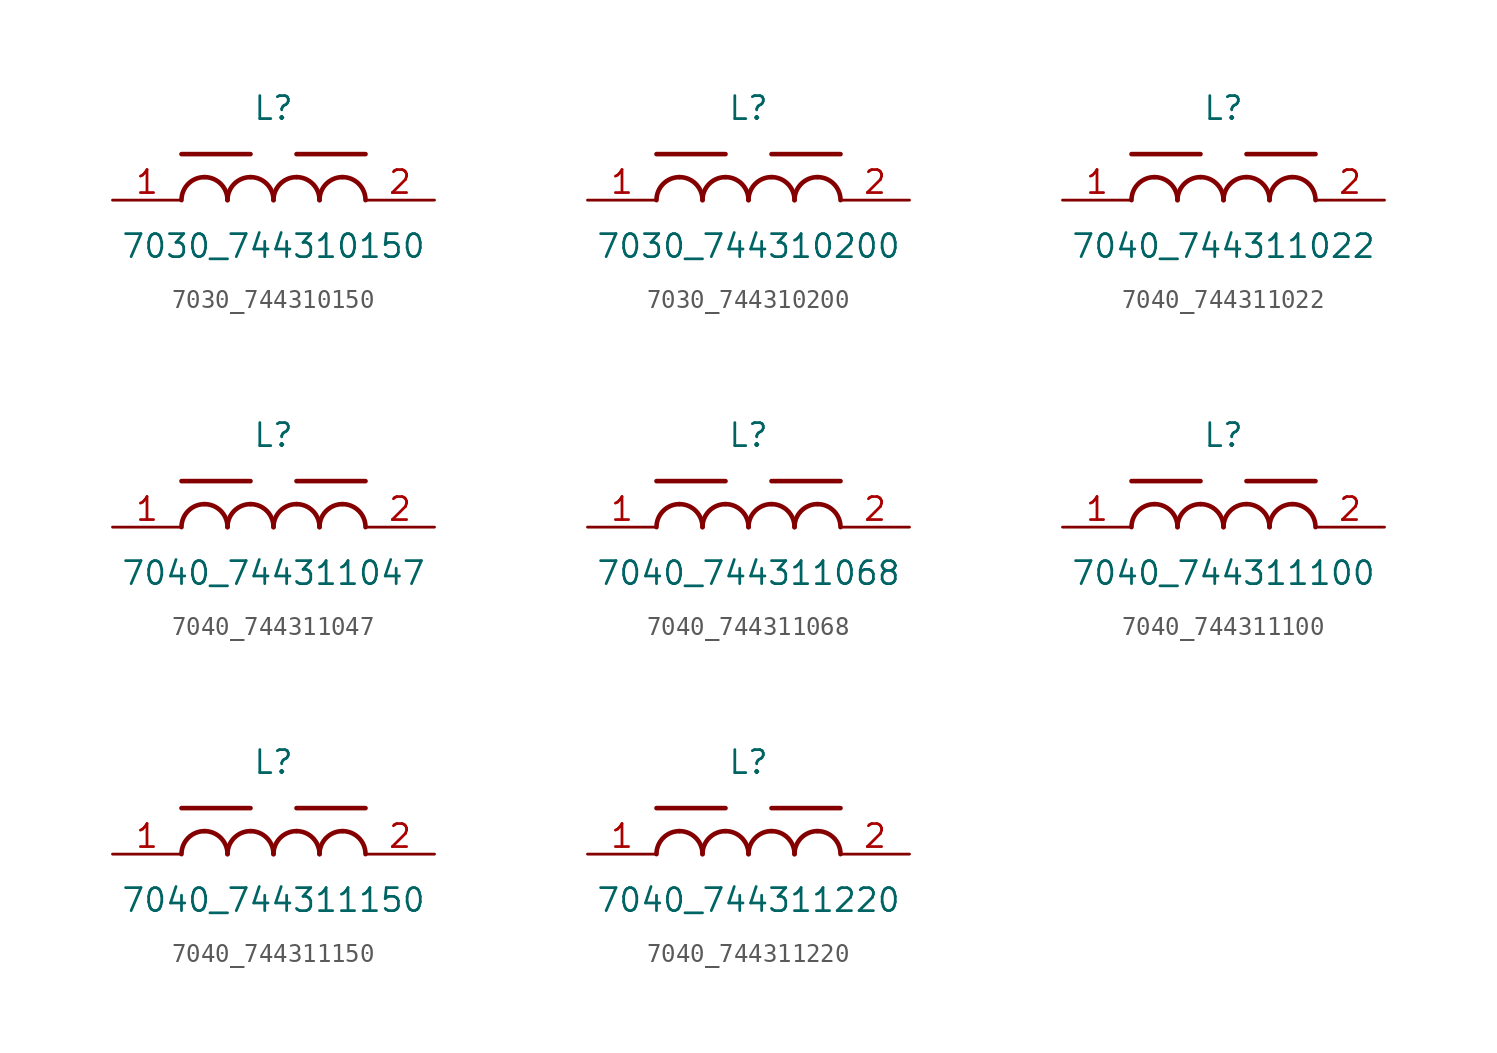
<source format=kicad_sym>
(kicad_symbol_lib
  (version 20211014)
  (generator kicad_symbol_editor)
  (symbol "Inductor_Wurth_WE-HCI:7030_744310150"
    (pin_names hide)
    (property "Reference" "L"
      (at 0 5.08 0)
      (effects (font (size 1.27 1.27))))
    (property "Value" "7030_744310150"
      (at 0 -2.54 0)
      (effects (font (size 1.27 1.27))))
    (symbol "7030_744310150_0_1"
      (arc (start -3.81 1.27) (mid -4.708 0.898) (end -5.08 0) (stroke (width 0.254) (type default) (color 0 0 0 0)) (fill (type none)))
      (arc (start -2.54 0) (mid -2.912 0.898) (end -3.81 1.27) (stroke (width 0.254) (type default) (color 0 0 0 0)) (fill (type none)))
      (arc (start -1.2699 1.2701) (mid -2.1679 0.8981) (end -2.5399 0.0001) (stroke (width 0.254) (type default) (color 0 0 0 0)) (fill (type none)))
      (polyline (pts (xy -5.08 2.54) (xy -1.27 2.54)) (stroke (width 0.254) (type default) (color 0 0 0 0)) (fill (type none)))
      (polyline (pts (xy 5.08 2.54) (xy 1.27 2.54)) (stroke (width 0.254) (type default) (color 0 0 0 0)) (fill (type none)))
      (arc (start 0.0001 0.0001) (mid -0.3719 0.8981) (end -1.2699 1.2701) (stroke (width 0.254) (type default) (color 0 0 0 0)) (fill (type none)))
      (arc (start 1.2701 1.2701) (mid 0.3721 0.8981) (end 0.0001 0.0001) (stroke (width 0.254) (type default) (color 0 0 0 0)) (fill (type none)))
      (arc (start 2.5401 0.0001) (mid 2.1681 0.8981) (end 1.2701 1.2701) (stroke (width 0.254) (type default) (color 0 0 0 0)) (fill (type none)))
      (arc (start 3.8101 1.2701) (mid 2.9121 0.8981) (end 2.5401 0.0001) (stroke (width 0.254) (type default) (color 0 0 0 0)) (fill (type none)))
      (arc (start 5.0801 0.0001) (mid 4.7081 0.8981) (end 3.8101 1.2701) (stroke (width 0.254) (type default) (color 0 0 0 0)) (fill (type none))))
    (symbol "7030_744310150_1_1"
      (pin passive line (at -8.89 0 0) (length 3.81) (name "1" (effects (font (size 1.27 1.27)))) (number "1" (effects (font (size 1.27 1.27)))))
      (pin passive line (at 8.89 0 180) (length 3.81) (name "2" (effects (font (size 1.27 1.27)))) (number "2" (effects (font (size 1.27 1.27)))))))
  (symbol "Inductor_Wurth_WE-HCI:7030_744310200"
    (pin_names hide)
    (property "Reference" "L"
      (at 0 5.08 0)
      (effects (font (size 1.27 1.27))))
    (property "Value" "7030_744310200"
      (at 0 -2.54 0)
      (effects (font (size 1.27 1.27))))
    (symbol "7030_744310200_0_1"
      (arc (start -3.81 1.27) (mid -4.708 0.898) (end -5.08 0) (stroke (width 0.254) (type default) (color 0 0 0 0)) (fill (type none)))
      (arc (start -2.54 0) (mid -2.912 0.898) (end -3.81 1.27) (stroke (width 0.254) (type default) (color 0 0 0 0)) (fill (type none)))
      (arc (start -1.2699 1.2701) (mid -2.1679 0.8981) (end -2.5399 0.0001) (stroke (width 0.254) (type default) (color 0 0 0 0)) (fill (type none)))
      (polyline (pts (xy -5.08 2.54) (xy -1.27 2.54)) (stroke (width 0.254) (type default) (color 0 0 0 0)) (fill (type none)))
      (polyline (pts (xy 5.08 2.54) (xy 1.27 2.54)) (stroke (width 0.254) (type default) (color 0 0 0 0)) (fill (type none)))
      (arc (start 0.0001 0.0001) (mid -0.3719 0.8981) (end -1.2699 1.2701) (stroke (width 0.254) (type default) (color 0 0 0 0)) (fill (type none)))
      (arc (start 1.2701 1.2701) (mid 0.3721 0.8981) (end 0.0001 0.0001) (stroke (width 0.254) (type default) (color 0 0 0 0)) (fill (type none)))
      (arc (start 2.5401 0.0001) (mid 2.1681 0.8981) (end 1.2701 1.2701) (stroke (width 0.254) (type default) (color 0 0 0 0)) (fill (type none)))
      (arc (start 3.8101 1.2701) (mid 2.9121 0.8981) (end 2.5401 0.0001) (stroke (width 0.254) (type default) (color 0 0 0 0)) (fill (type none)))
      (arc (start 5.0801 0.0001) (mid 4.7081 0.8981) (end 3.8101 1.2701) (stroke (width 0.254) (type default) (color 0 0 0 0)) (fill (type none))))
    (symbol "7030_744310200_1_1"
      (pin passive line (at -8.89 0 0) (length 3.81) (name "1" (effects (font (size 1.27 1.27)))) (number "1" (effects (font (size 1.27 1.27)))))
      (pin passive line (at 8.89 0 180) (length 3.81) (name "2" (effects (font (size 1.27 1.27)))) (number "2" (effects (font (size 1.27 1.27)))))))
  (symbol "Inductor_Wurth_WE-HCI:7040_744311022"
    (pin_names hide)
    (property "Reference" "L"
      (at 0 5.08 0)
      (effects (font (size 1.27 1.27))))
    (property "Value" "7040_744311022"
      (at 0 -2.54 0)
      (effects (font (size 1.27 1.27))))
    (symbol "7040_744311022_0_1"
      (arc (start -3.81 1.27) (mid -4.708 0.898) (end -5.08 0) (stroke (width 0.254) (type default) (color 0 0 0 0)) (fill (type none)))
      (arc (start -2.54 0) (mid -2.912 0.898) (end -3.81 1.27) (stroke (width 0.254) (type default) (color 0 0 0 0)) (fill (type none)))
      (arc (start -1.2699 1.2701) (mid -2.1679 0.8981) (end -2.5399 0.0001) (stroke (width 0.254) (type default) (color 0 0 0 0)) (fill (type none)))
      (polyline (pts (xy -5.08 2.54) (xy -1.27 2.54)) (stroke (width 0.254) (type default) (color 0 0 0 0)) (fill (type none)))
      (polyline (pts (xy 5.08 2.54) (xy 1.27 2.54)) (stroke (width 0.254) (type default) (color 0 0 0 0)) (fill (type none)))
      (arc (start 0.0001 0.0001) (mid -0.3719 0.8981) (end -1.2699 1.2701) (stroke (width 0.254) (type default) (color 0 0 0 0)) (fill (type none)))
      (arc (start 1.2701 1.2701) (mid 0.3721 0.8981) (end 0.0001 0.0001) (stroke (width 0.254) (type default) (color 0 0 0 0)) (fill (type none)))
      (arc (start 2.5401 0.0001) (mid 2.1681 0.8981) (end 1.2701 1.2701) (stroke (width 0.254) (type default) (color 0 0 0 0)) (fill (type none)))
      (arc (start 3.8101 1.2701) (mid 2.9121 0.8981) (end 2.5401 0.0001) (stroke (width 0.254) (type default) (color 0 0 0 0)) (fill (type none)))
      (arc (start 5.0801 0.0001) (mid 4.7081 0.8981) (end 3.8101 1.2701) (stroke (width 0.254) (type default) (color 0 0 0 0)) (fill (type none))))
    (symbol "7040_744311022_1_1"
      (pin passive line (at -8.89 0 0) (length 3.81) (name "1" (effects (font (size 1.27 1.27)))) (number "1" (effects (font (size 1.27 1.27)))))
      (pin passive line (at 8.89 0 180) (length 3.81) (name "2" (effects (font (size 1.27 1.27)))) (number "2" (effects (font (size 1.27 1.27)))))))
  (symbol "Inductor_Wurth_WE-HCI:7040_744311047"
    (pin_names hide)
    (property "Reference" "L"
      (at 0 5.08 0)
      (effects (font (size 1.27 1.27))))
    (property "Value" "7040_744311047"
      (at 0 -2.54 0)
      (effects (font (size 1.27 1.27))))
    (symbol "7040_744311047_0_1"
      (arc (start -3.81 1.27) (mid -4.708 0.898) (end -5.08 0) (stroke (width 0.254) (type default) (color 0 0 0 0)) (fill (type none)))
      (arc (start -2.54 0) (mid -2.912 0.898) (end -3.81 1.27) (stroke (width 0.254) (type default) (color 0 0 0 0)) (fill (type none)))
      (arc (start -1.2699 1.2701) (mid -2.1679 0.8981) (end -2.5399 0.0001) (stroke (width 0.254) (type default) (color 0 0 0 0)) (fill (type none)))
      (polyline (pts (xy -5.08 2.54) (xy -1.27 2.54)) (stroke (width 0.254) (type default) (color 0 0 0 0)) (fill (type none)))
      (polyline (pts (xy 5.08 2.54) (xy 1.27 2.54)) (stroke (width 0.254) (type default) (color 0 0 0 0)) (fill (type none)))
      (arc (start 0.0001 0.0001) (mid -0.3719 0.8981) (end -1.2699 1.2701) (stroke (width 0.254) (type default) (color 0 0 0 0)) (fill (type none)))
      (arc (start 1.2701 1.2701) (mid 0.3721 0.8981) (end 0.0001 0.0001) (stroke (width 0.254) (type default) (color 0 0 0 0)) (fill (type none)))
      (arc (start 2.5401 0.0001) (mid 2.1681 0.8981) (end 1.2701 1.2701) (stroke (width 0.254) (type default) (color 0 0 0 0)) (fill (type none)))
      (arc (start 3.8101 1.2701) (mid 2.9121 0.8981) (end 2.5401 0.0001) (stroke (width 0.254) (type default) (color 0 0 0 0)) (fill (type none)))
      (arc (start 5.0801 0.0001) (mid 4.7081 0.8981) (end 3.8101 1.2701) (stroke (width 0.254) (type default) (color 0 0 0 0)) (fill (type none))))
    (symbol "7040_744311047_1_1"
      (pin passive line (at -8.89 0 0) (length 3.81) (name "1" (effects (font (size 1.27 1.27)))) (number "1" (effects (font (size 1.27 1.27)))))
      (pin passive line (at 8.89 0 180) (length 3.81) (name "2" (effects (font (size 1.27 1.27)))) (number "2" (effects (font (size 1.27 1.27)))))))
  (symbol "Inductor_Wurth_WE-HCI:7040_744311068"
    (pin_names hide)
    (property "Reference" "L"
      (at 0 5.08 0)
      (effects (font (size 1.27 1.27))))
    (property "Value" "7040_744311068"
      (at 0 -2.54 0)
      (effects (font (size 1.27 1.27))))
    (symbol "7040_744311068_0_1"
      (arc (start -3.81 1.27) (mid -4.708 0.898) (end -5.08 0) (stroke (width 0.254) (type default) (color 0 0 0 0)) (fill (type none)))
      (arc (start -2.54 0) (mid -2.912 0.898) (end -3.81 1.27) (stroke (width 0.254) (type default) (color 0 0 0 0)) (fill (type none)))
      (arc (start -1.2699 1.2701) (mid -2.1679 0.8981) (end -2.5399 0.0001) (stroke (width 0.254) (type default) (color 0 0 0 0)) (fill (type none)))
      (polyline (pts (xy -5.08 2.54) (xy -1.27 2.54)) (stroke (width 0.254) (type default) (color 0 0 0 0)) (fill (type none)))
      (polyline (pts (xy 5.08 2.54) (xy 1.27 2.54)) (stroke (width 0.254) (type default) (color 0 0 0 0)) (fill (type none)))
      (arc (start 0.0001 0.0001) (mid -0.3719 0.8981) (end -1.2699 1.2701) (stroke (width 0.254) (type default) (color 0 0 0 0)) (fill (type none)))
      (arc (start 1.2701 1.2701) (mid 0.3721 0.8981) (end 0.0001 0.0001) (stroke (width 0.254) (type default) (color 0 0 0 0)) (fill (type none)))
      (arc (start 2.5401 0.0001) (mid 2.1681 0.8981) (end 1.2701 1.2701) (stroke (width 0.254) (type default) (color 0 0 0 0)) (fill (type none)))
      (arc (start 3.8101 1.2701) (mid 2.9121 0.8981) (end 2.5401 0.0001) (stroke (width 0.254) (type default) (color 0 0 0 0)) (fill (type none)))
      (arc (start 5.0801 0.0001) (mid 4.7081 0.8981) (end 3.8101 1.2701) (stroke (width 0.254) (type default) (color 0 0 0 0)) (fill (type none))))
    (symbol "7040_744311068_1_1"
      (pin passive line (at -8.89 0 0) (length 3.81) (name "1" (effects (font (size 1.27 1.27)))) (number "1" (effects (font (size 1.27 1.27)))))
      (pin passive line (at 8.89 0 180) (length 3.81) (name "2" (effects (font (size 1.27 1.27)))) (number "2" (effects (font (size 1.27 1.27)))))))
  (symbol "Inductor_Wurth_WE-HCI:7040_744311100"
    (pin_names hide)
    (property "Reference" "L"
      (at 0 5.08 0)
      (effects (font (size 1.27 1.27))))
    (property "Value" "7040_744311100"
      (at 0 -2.54 0)
      (effects (font (size 1.27 1.27))))
    (symbol "7040_744311100_0_1"
      (arc (start -3.81 1.27) (mid -4.708 0.898) (end -5.08 0) (stroke (width 0.254) (type default) (color 0 0 0 0)) (fill (type none)))
      (arc (start -2.54 0) (mid -2.912 0.898) (end -3.81 1.27) (stroke (width 0.254) (type default) (color 0 0 0 0)) (fill (type none)))
      (arc (start -1.2699 1.2701) (mid -2.1679 0.8981) (end -2.5399 0.0001) (stroke (width 0.254) (type default) (color 0 0 0 0)) (fill (type none)))
      (polyline (pts (xy -5.08 2.54) (xy -1.27 2.54)) (stroke (width 0.254) (type default) (color 0 0 0 0)) (fill (type none)))
      (polyline (pts (xy 5.08 2.54) (xy 1.27 2.54)) (stroke (width 0.254) (type default) (color 0 0 0 0)) (fill (type none)))
      (arc (start 0.0001 0.0001) (mid -0.3719 0.8981) (end -1.2699 1.2701) (stroke (width 0.254) (type default) (color 0 0 0 0)) (fill (type none)))
      (arc (start 1.2701 1.2701) (mid 0.3721 0.8981) (end 0.0001 0.0001) (stroke (width 0.254) (type default) (color 0 0 0 0)) (fill (type none)))
      (arc (start 2.5401 0.0001) (mid 2.1681 0.8981) (end 1.2701 1.2701) (stroke (width 0.254) (type default) (color 0 0 0 0)) (fill (type none)))
      (arc (start 3.8101 1.2701) (mid 2.9121 0.8981) (end 2.5401 0.0001) (stroke (width 0.254) (type default) (color 0 0 0 0)) (fill (type none)))
      (arc (start 5.0801 0.0001) (mid 4.7081 0.8981) (end 3.8101 1.2701) (stroke (width 0.254) (type default) (color 0 0 0 0)) (fill (type none))))
    (symbol "7040_744311100_1_1"
      (pin passive line (at -8.89 0 0) (length 3.81) (name "1" (effects (font (size 1.27 1.27)))) (number "1" (effects (font (size 1.27 1.27)))))
      (pin passive line (at 8.89 0 180) (length 3.81) (name "2" (effects (font (size 1.27 1.27)))) (number "2" (effects (font (size 1.27 1.27)))))))
  (symbol "Inductor_Wurth_WE-HCI:7040_744311150"
    (pin_names hide)
    (property "Reference" "L"
      (at 0 5.08 0)
      (effects (font (size 1.27 1.27))))
    (property "Value" "7040_744311150"
      (at 0 -2.54 0)
      (effects (font (size 1.27 1.27))))
    (symbol "7040_744311150_0_1"
      (arc (start -3.81 1.27) (mid -4.708 0.898) (end -5.08 0) (stroke (width 0.254) (type default) (color 0 0 0 0)) (fill (type none)))
      (arc (start -2.54 0) (mid -2.912 0.898) (end -3.81 1.27) (stroke (width 0.254) (type default) (color 0 0 0 0)) (fill (type none)))
      (arc (start -1.2699 1.2701) (mid -2.1679 0.8981) (end -2.5399 0.0001) (stroke (width 0.254) (type default) (color 0 0 0 0)) (fill (type none)))
      (polyline (pts (xy -5.08 2.54) (xy -1.27 2.54)) (stroke (width 0.254) (type default) (color 0 0 0 0)) (fill (type none)))
      (polyline (pts (xy 5.08 2.54) (xy 1.27 2.54)) (stroke (width 0.254) (type default) (color 0 0 0 0)) (fill (type none)))
      (arc (start 0.0001 0.0001) (mid -0.3719 0.8981) (end -1.2699 1.2701) (stroke (width 0.254) (type default) (color 0 0 0 0)) (fill (type none)))
      (arc (start 1.2701 1.2701) (mid 0.3721 0.8981) (end 0.0001 0.0001) (stroke (width 0.254) (type default) (color 0 0 0 0)) (fill (type none)))
      (arc (start 2.5401 0.0001) (mid 2.1681 0.8981) (end 1.2701 1.2701) (stroke (width 0.254) (type default) (color 0 0 0 0)) (fill (type none)))
      (arc (start 3.8101 1.2701) (mid 2.9121 0.8981) (end 2.5401 0.0001) (stroke (width 0.254) (type default) (color 0 0 0 0)) (fill (type none)))
      (arc (start 5.0801 0.0001) (mid 4.7081 0.8981) (end 3.8101 1.2701) (stroke (width 0.254) (type default) (color 0 0 0 0)) (fill (type none))))
    (symbol "7040_744311150_1_1"
      (pin passive line (at -8.89 0 0) (length 3.81) (name "1" (effects (font (size 1.27 1.27)))) (number "1" (effects (font (size 1.27 1.27)))))
      (pin passive line (at 8.89 0 180) (length 3.81) (name "2" (effects (font (size 1.27 1.27)))) (number "2" (effects (font (size 1.27 1.27)))))))
  (symbol "Inductor_Wurth_WE-HCI:7040_744311220"
    (pin_names hide)
    (property "Reference" "L"
      (at 0 5.08 0)
      (effects (font (size 1.27 1.27))))
    (property "Value" "7040_744311220"
      (at 0 -2.54 0)
      (effects (font (size 1.27 1.27))))
    (symbol "7040_744311220_0_1"
      (arc (start -3.81 1.27) (mid -4.708 0.898) (end -5.08 0) (stroke (width 0.254) (type default) (color 0 0 0 0)) (fill (type none)))
      (arc (start -2.54 0) (mid -2.912 0.898) (end -3.81 1.27) (stroke (width 0.254) (type default) (color 0 0 0 0)) (fill (type none)))
      (arc (start -1.2699 1.2701) (mid -2.1679 0.8981) (end -2.5399 0.0001) (stroke (width 0.254) (type default) (color 0 0 0 0)) (fill (type none)))
      (polyline (pts (xy -5.08 2.54) (xy -1.27 2.54)) (stroke (width 0.254) (type default) (color 0 0 0 0)) (fill (type none)))
      (polyline (pts (xy 5.08 2.54) (xy 1.27 2.54)) (stroke (width 0.254) (type default) (color 0 0 0 0)) (fill (type none)))
      (arc (start 0.0001 0.0001) (mid -0.3719 0.8981) (end -1.2699 1.2701) (stroke (width 0.254) (type default) (color 0 0 0 0)) (fill (type none)))
      (arc (start 1.2701 1.2701) (mid 0.3721 0.8981) (end 0.0001 0.0001) (stroke (width 0.254) (type default) (color 0 0 0 0)) (fill (type none)))
      (arc (start 2.5401 0.0001) (mid 2.1681 0.8981) (end 1.2701 1.2701) (stroke (width 0.254) (type default) (color 0 0 0 0)) (fill (type none)))
      (arc (start 3.8101 1.2701) (mid 2.9121 0.8981) (end 2.5401 0.0001) (stroke (width 0.254) (type default) (color 0 0 0 0)) (fill (type none)))
      (arc (start 5.0801 0.0001) (mid 4.7081 0.8981) (end 3.8101 1.2701) (stroke (width 0.254) (type default) (color 0 0 0 0)) (fill (type none))))
    (symbol "7040_744311220_1_1"
      (pin passive line (at -8.89 0 0) (length 3.81) (name "1" (effects (font (size 1.27 1.27)))) (number "1" (effects (font (size 1.27 1.27)))))
      (pin passive line (at 8.89 0 180) (length 3.81) (name "2" (effects (font (size 1.27 1.27)))) (number "2" (effects (font (size 1.27 1.27))))))))
</source>
